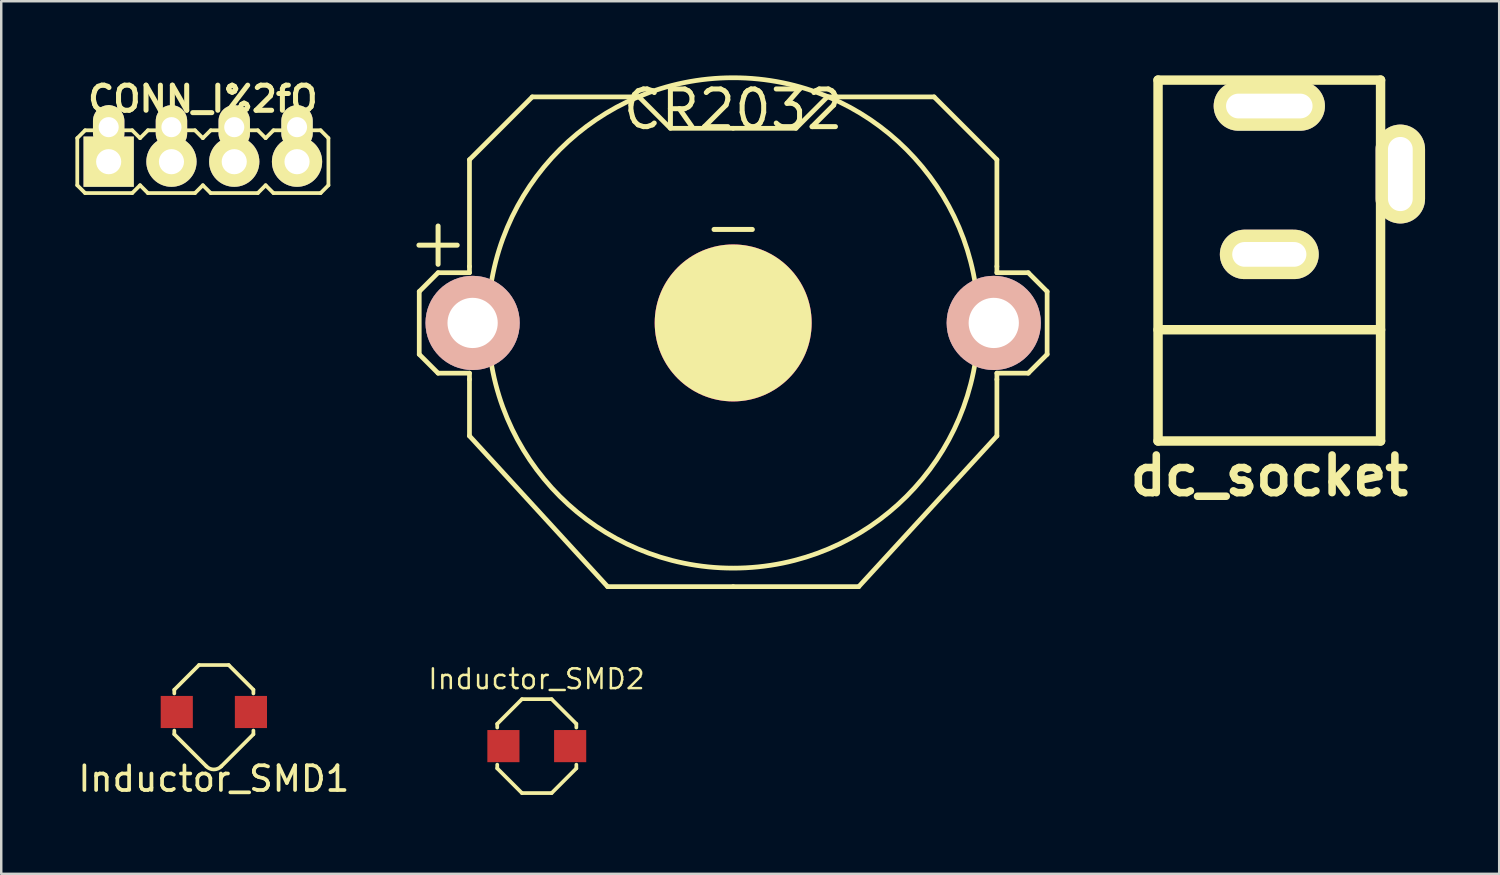
<source format=kicad_pcb>
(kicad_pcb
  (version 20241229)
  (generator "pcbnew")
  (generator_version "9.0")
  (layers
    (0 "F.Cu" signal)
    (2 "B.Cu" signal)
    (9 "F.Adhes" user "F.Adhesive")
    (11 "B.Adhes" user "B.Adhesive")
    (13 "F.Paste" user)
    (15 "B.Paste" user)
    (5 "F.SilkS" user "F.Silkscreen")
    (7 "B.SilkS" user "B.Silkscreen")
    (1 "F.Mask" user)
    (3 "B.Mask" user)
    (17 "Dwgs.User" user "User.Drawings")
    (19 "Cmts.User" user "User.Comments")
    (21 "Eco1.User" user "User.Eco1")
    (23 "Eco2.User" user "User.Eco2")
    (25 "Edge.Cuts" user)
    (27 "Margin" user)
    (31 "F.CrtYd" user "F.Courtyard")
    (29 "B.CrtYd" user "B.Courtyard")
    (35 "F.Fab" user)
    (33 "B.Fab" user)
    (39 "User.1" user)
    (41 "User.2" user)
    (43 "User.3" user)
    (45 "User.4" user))
  (footprint "Inductor_SMD2"
    (layer "F.Cu")
    (at 18.665 27.133)
    (property "Reference" "Inductor_SMD2" (at -0.012 -2.712 0) (layer "F.SilkS") (effects (font (size 0.8 0.8) (thickness 0.1))))
    (attr smd)
    (fp_line (start -1.6 -0.9) (end -1.6 -0.75) (stroke (width 0.15) (type solid)) (layer "F.SilkS"))
    (fp_line (start -1.6 -0.9) (end -0.6 -1.9) (stroke (width 0.15) (type solid)) (layer "F.SilkS"))
    (fp_line (start -1.6 0.9) (end -1.6 0.75) (stroke (width 0.15) (type solid)) (layer "F.SilkS"))
    (fp_line (start -0.6 -1.9) (end 0.6 -1.9) (stroke (width 0.15) (type solid)) (layer "F.SilkS"))
    (fp_line (start -0.6 1.9) (end -1.6 0.9) (stroke (width 0.15) (type solid)) (layer "F.SilkS"))
    (fp_line (start -0.6 1.9) (end 0.6 1.9) (stroke (width 0.15) (type solid)) (layer "F.SilkS"))
    (fp_line (start 0.6 1.9) (end 1.6 0.9) (stroke (width 0.15) (type solid)) (layer "F.SilkS"))
    (fp_line (start 1.6 -0.9) (end 0.6 -1.9) (stroke (width 0.15) (type solid)) (layer "F.SilkS"))
    (fp_line (start 1.6 -0.9) (end 1.6 -0.75) (stroke (width 0.15) (type solid)) (layer "F.SilkS"))
    (fp_line (start 1.6 0.9) (end 1.6 0.75) (stroke (width 0.15) (type solid)) (layer "F.SilkS"))
    (pad "1" smd rect (at -1.35 0) (size 1.3 1.3) (layers "F.Cu" "F.Mask" "F.Paste"))
    (pad "2" smd rect (at 1.35 0) (size 1.3 1.3) (layers "F.Cu" "F.Mask" "F.Paste")))
  (footprint "dc_socket"
    (layer "F.Cu")
    (at 48.298 7.49)
    (property "Reference" "dc_socket" (at 0 8.7 0) (layer "F.SilkS") (effects (font (size 1.524 1.524) (thickness 0.305))))
    (attr through_hole)
    (fp_line (start -4.501 -7.3) (end -4.501 7.3) (stroke (width 0.381) (type solid)) (layer "F.SilkS"))
    (fp_line (start -4.501 2.799) (end 4.501 2.799) (stroke (width 0.381) (type solid)) (layer "F.SilkS"))
    (fp_line (start -4.501 7.3) (end 4.501 7.3) (stroke (width 0.381) (type solid)) (layer "F.SilkS"))
    (fp_line (start 4.501 -7.3) (end -4.501 -7.3) (stroke (width 0.381) (type solid)) (layer "F.SilkS"))
    (fp_line (start 4.501 7.3) (end 4.501 -7.3) (stroke (width 0.381) (type solid)) (layer "F.SilkS"))
    (pad "1" thru_hole oval (at 5.301 -3.5) (size 1.999 4) (drill oval 1.001 3) (layers "*.Cu" "*.Mask" "F.SilkS"))
    (pad "2" thru_hole oval (at 0 -0.249) (size 4 1.999) (drill oval 3 1.001) (layers "*.Cu" "*.Mask" "F.SilkS"))
    (pad "3" thru_hole oval (at 0 -6.251) (size 4.501 1.999) (drill oval 3.5 1.001) (layers "*.Cu" "*.Mask" "F.SilkS")))
  (footprint "CONN_I%2fO"
    (layer "F.Cu")
    (at 5.156 3.491)
    (property "Reference" "CONN_I%2fO" (at 0 -2.54 0) (layer "F.SilkS") (effects (font (size 1.016 1.016) (thickness 0.203))))
    (attr through_hole)
    (fp_line (start -5.08 -0.953) (end -5.08 0.953) (stroke (width 0.152) (type solid)) (layer "F.SilkS"))
    (fp_line (start -5.08 0.953) (end -4.763 1.27) (stroke (width 0.152) (type solid)) (layer "F.SilkS"))
    (fp_line (start -4.763 -1.27) (end -5.08 -0.953) (stroke (width 0.152) (type solid)) (layer "F.SilkS"))
    (fp_line (start -4.763 -1.27) (end -4.445 -1.27) (stroke (width 0.152) (type solid)) (layer "F.SilkS"))
    (fp_line (start -2.857 -1.27) (end -3.175 -1.27) (stroke (width 0.152) (type solid)) (layer "F.SilkS"))
    (fp_line (start -2.857 1.27) (end -4.763 1.27) (stroke (width 0.152) (type solid)) (layer "F.SilkS"))
    (fp_line (start -2.857 1.27) (end -2.54 0.953) (stroke (width 0.152) (type solid)) (layer "F.SilkS"))
    (fp_line (start -2.54 -0.953) (end -2.857 -1.27) (stroke (width 0.152) (type solid)) (layer "F.SilkS"))
    (fp_line (start -2.54 0.953) (end -2.223 1.27) (stroke (width 0.152) (type solid)) (layer "F.SilkS"))
    (fp_line (start -2.223 -1.27) (end -2.54 -0.953) (stroke (width 0.152) (type solid)) (layer "F.SilkS"))
    (fp_line (start -2.223 -1.27) (end -1.905 -1.27) (stroke (width 0.152) (type solid)) (layer "F.SilkS"))
    (fp_line (start -0.318 -1.27) (end -0.635 -1.27) (stroke (width 0.152) (type solid)) (layer "F.SilkS"))
    (fp_line (start -0.318 1.27) (end -2.223 1.27) (stroke (width 0.152) (type solid)) (layer "F.SilkS"))
    (fp_line (start -0.318 1.27) (end 0 0.953) (stroke (width 0.152) (type solid)) (layer "F.SilkS"))
    (fp_line (start 0 -0.953) (end -0.318 -1.27) (stroke (width 0.152) (type solid)) (layer "F.SilkS"))
    (fp_line (start 0 0.953) (end 0.318 1.27) (stroke (width 0.152) (type solid)) (layer "F.SilkS"))
    (fp_line (start 0.318 -1.27) (end 0 -0.953) (stroke (width 0.152) (type solid)) (layer "F.SilkS"))
    (fp_line (start 0.318 -1.27) (end 0.635 -1.27) (stroke (width 0.152) (type solid)) (layer "F.SilkS"))
    (fp_line (start 2.223 -1.27) (end 1.905 -1.27) (stroke (width 0.152) (type solid)) (layer "F.SilkS"))
    (fp_line (start 2.223 1.27) (end 0.318 1.27) (stroke (width 0.152) (type solid)) (layer "F.SilkS"))
    (fp_line (start 2.223 1.27) (end 2.54 0.953) (stroke (width 0.152) (type solid)) (layer "F.SilkS"))
    (fp_line (start 2.54 -0.953) (end 2.223 -1.27) (stroke (width 0.152) (type solid)) (layer "F.SilkS"))
    (fp_line (start 2.54 0.953) (end 2.857 1.27) (stroke (width 0.152) (type solid)) (layer "F.SilkS"))
    (fp_line (start 2.857 -1.27) (end 2.54 -0.953) (stroke (width 0.152) (type solid)) (layer "F.SilkS"))
    (fp_line (start 2.857 -1.27) (end 3.175 -1.27) (stroke (width 0.152) (type solid)) (layer "F.SilkS"))
    (fp_line (start 4.763 -1.27) (end 4.445 -1.27) (stroke (width 0.152) (type solid)) (layer "F.SilkS"))
    (fp_line (start 4.763 1.27) (end 2.857 1.27) (stroke (width 0.152) (type solid)) (layer "F.SilkS"))
    (fp_line (start 4.763 1.27) (end 5.08 0.953) (stroke (width 0.152) (type solid)) (layer "F.SilkS"))
    (fp_line (start 5.08 -0.953) (end 4.763 -1.27) (stroke (width 0.152) (type solid)) (layer "F.SilkS"))
    (fp_line (start 5.08 -0.953) (end 5.08 0.953) (stroke (width 0.152) (type solid)) (layer "F.SilkS"))
    (pad "1" thru_hole oval (at -3.81 -1.397) (size 1.27 1.778) (drill 0.813) (layers "*.Cu" "*.Mask" "F.SilkS"))
    (pad "1" thru_hole rect (at -3.81 0) (size 2.032 2.032) (drill 1.016) (layers "*.Cu" "*.Mask" "F.SilkS"))
    (pad "2" thru_hole oval (at -1.27 -1.397) (size 1.27 1.778) (drill 0.813) (layers "*.Cu" "*.Mask" "F.SilkS"))
    (pad "2" thru_hole circle (at -1.27 0) (size 2.032 2.032) (drill 1.016) (layers "*.Cu" "*.Mask" "F.SilkS"))
    (pad "3" thru_hole oval (at 1.27 -1.397) (size 1.27 1.778) (drill 0.813) (layers "*.Cu" "*.Mask" "F.SilkS"))
    (pad "3" thru_hole circle (at 1.27 0) (size 2.032 2.032) (drill 1.016) (layers "*.Cu" "*.Mask" "F.SilkS"))
    (pad "4" thru_hole oval (at 3.81 -1.397) (size 1.27 1.778) (drill 0.813) (layers "*.Cu" "*.Mask" "F.SilkS"))
    (pad "4" thru_hole circle (at 3.81 0) (size 2.032 2.032) (drill 1.016) (layers "*.Cu" "*.Mask" "F.SilkS")))
  (footprint "CR2032"
    (layer "F.Cu")
    (at 26.61 10.014)
    (property "Reference" "CR2032" (at 0 -8.636 0) (layer "F.SilkS") (effects (font (size 1.524 1.524) (thickness 0.203))))
    (attr smd)
    (fp_line (start -12.7 -1.27) (end -11.938 -2.032) (stroke (width 0.191) (type solid)) (layer "F.SilkS"))
    (fp_line (start -12.7 1.27) (end -12.7 -1.27) (stroke (width 0.191) (type solid)) (layer "F.SilkS"))
    (fp_line (start -11.938 -2.032) (end -10.668 -2.032) (stroke (width 0.191) (type solid)) (layer "F.SilkS"))
    (fp_line (start -11.938 2.032) (end -12.7 1.27) (stroke (width 0.191) (type solid)) (layer "F.SilkS"))
    (fp_line (start -10.668 -6.604) (end -10.668 -2.286) (stroke (width 0.191) (type solid)) (layer "F.SilkS"))
    (fp_line (start -10.668 -2.032) (end -10.668 -2.286) (stroke (width 0.191) (type solid)) (layer "F.SilkS"))
    (fp_line (start -10.668 2.032) (end -11.938 2.032) (stroke (width 0.191) (type solid)) (layer "F.SilkS"))
    (fp_line (start -10.668 2.286) (end -10.668 2.032) (stroke (width 0.191) (type solid)) (layer "F.SilkS"))
    (fp_line (start -10.668 4.572) (end -10.668 2.286) (stroke (width 0.191) (type solid)) (layer "F.SilkS"))
    (fp_line (start -8.128 -9.144) (end -10.668 -6.604) (stroke (width 0.191) (type solid)) (layer "F.SilkS"))
    (fp_line (start -8.128 -9.144) (end -3.81 -9.144) (stroke (width 0.191) (type solid)) (layer "F.SilkS"))
    (fp_line (start -5.08 10.668) (end -10.668 4.572) (stroke (width 0.191) (type solid)) (layer "F.SilkS"))
    (fp_line (start -2.54 -7.874) (end -3.81 -9.144) (stroke (width 0.191) (type solid)) (layer "F.SilkS"))
    (fp_line (start 0 -7.874) (end -2.54 -7.874) (stroke (width 0.191) (type solid)) (layer "F.SilkS"))
    (fp_line (start 0 -7.874) (end 2.54 -7.874) (stroke (width 0.191) (type solid)) (layer "F.SilkS"))
    (fp_line (start 0 10.668) (end -5.08 10.668) (stroke (width 0.191) (type solid)) (layer "F.SilkS"))
    (fp_line (start 0 10.668) (end 5.08 10.668) (stroke (width 0.191) (type solid)) (layer "F.SilkS"))
    (fp_line (start 2.54 -7.874) (end 3.81 -9.144) (stroke (width 0.191) (type solid)) (layer "F.SilkS"))
    (fp_line (start 3.81 -9.144) (end 8.128 -9.144) (stroke (width 0.191) (type solid)) (layer "F.SilkS"))
    (fp_line (start 8.128 -9.144) (end 10.668 -6.604) (stroke (width 0.191) (type solid)) (layer "F.SilkS"))
    (fp_line (start 10.668 -6.604) (end 10.668 -2.286) (stroke (width 0.191) (type solid)) (layer "F.SilkS"))
    (fp_line (start 10.668 -2.286) (end 10.668 -2.032) (stroke (width 0.191) (type solid)) (layer "F.SilkS"))
    (fp_line (start 10.668 -2.032) (end 11.938 -2.032) (stroke (width 0.191) (type solid)) (layer "F.SilkS"))
    (fp_line (start 10.668 2.032) (end 10.668 2.286) (stroke (width 0.191) (type solid)) (layer "F.SilkS"))
    (fp_line (start 10.668 4.572) (end 5.08 10.668) (stroke (width 0.191) (type solid)) (layer "F.SilkS"))
    (fp_line (start 10.668 4.572) (end 10.668 2.286) (stroke (width 0.191) (type solid)) (layer "F.SilkS"))
    (fp_line (start 11.938 -2.032) (end 12.7 -1.27) (stroke (width 0.191) (type solid)) (layer "F.SilkS"))
    (fp_line (start 11.938 2.032) (end 10.668 2.032) (stroke (width 0.191) (type solid)) (layer "F.SilkS"))
    (fp_line (start 12.7 -1.27) (end 12.7 1.27) (stroke (width 0.191) (type solid)) (layer "F.SilkS"))
    (fp_line (start 12.7 1.27) (end 11.938 2.032) (stroke (width 0.191) (type solid)) (layer "F.SilkS"))
    (fp_circle (center 0 0) (end 9.906 -0.508) (stroke (width 0.191) (type solid)) (fill no) (layer "F.SilkS"))
    (fp_text user "-" (at 0 -3.937 0) (layer "F.SilkS") (effects (font (size 2.032 2.032) (thickness 0.203))))
    (fp_text user "+" (at -11.938 -3.302 0) (layer "F.SilkS") (effects (font (size 2.032 2.032) (thickness 0.203))))
    (pad "+" thru_hole circle (at -10.541 0) (size 3.81 3.81) (drill 2.032) (layers "B.Cu" "B.Mask" "B.SilkS" "B.Adhes" "B.Paste"))
    (pad "+" thru_hole circle (at 10.541 0) (size 3.81 3.81) (drill 2.032) (layers "B.Cu" "B.Mask" "B.SilkS" "B.Adhes" "B.Paste"))
    (pad "-" smd circle (at 0 0) (size 6.35 6.35) (layers "F.Cu" "F.Mask" "F.SilkS" "F.Adhes" "F.Paste")))
  (footprint "Inductor_SMD1"
    (layer "F.Cu")
    (at 5.601 25.753)
    (property "Reference" "Inductor_SMD1" (at 0 2.7 0) (layer "F.SilkS") (effects (font (size 1 1) (thickness 0.15))))
    (attr through_hole)
    (fp_line (start -1.6 -0.9) (end -1.6 -0.75) (stroke (width 0.15) (type solid)) (layer "F.SilkS"))
    (fp_line (start -1.6 -0.9) (end -0.6 -1.9) (stroke (width 0.15) (type solid)) (layer "F.SilkS"))
    (fp_line (start -1.6 0.9) (end -1.6 0.75) (stroke (width 0.15) (type solid)) (layer "F.SilkS"))
    (fp_line (start -1.6 0.9) (end -0.3 2.2) (stroke (width 0.15) (type solid)) (layer "F.SilkS"))
    (fp_line (start -0.6 -1.9) (end 0.6 -1.9) (stroke (width 0.15) (type solid)) (layer "F.SilkS"))
    (fp_line (start 0.3 2.2) (end 1.6 0.9) (stroke (width 0.15) (type solid)) (layer "F.SilkS"))
    (fp_line (start 1.6 -0.9) (end 0.6 -1.9) (stroke (width 0.15) (type solid)) (layer "F.SilkS"))
    (fp_line (start 1.6 -0.9) (end 1.6 -0.75) (stroke (width 0.15) (type solid)) (layer "F.SilkS"))
    (fp_line (start 1.6 0.9) (end 1.6 0.75) (stroke (width 0.15) (type solid)) (layer "F.SilkS"))
    (fp_arc (start 0.3 2.2) (mid 0 2.324264) (end -0.3 2.2) (stroke (width 0.15) (type solid)) (layer "F.SilkS"))
    (pad "1" smd rect (at -1.5 0) (size 1.3 1.3) (layers "F.Cu" "F.Mask" "F.Paste"))
    (pad "2" smd rect (at 1.5 0) (size 1.3 1.3) (layers "F.Cu" "F.Mask" "F.Paste")))
  (gr_rect
    (start -3 -3)
    (end 57.598 32.301)
    (stroke (width 0.1) (type default))
    (fill no)
    (layer "Edge.Cuts")))
</source>
